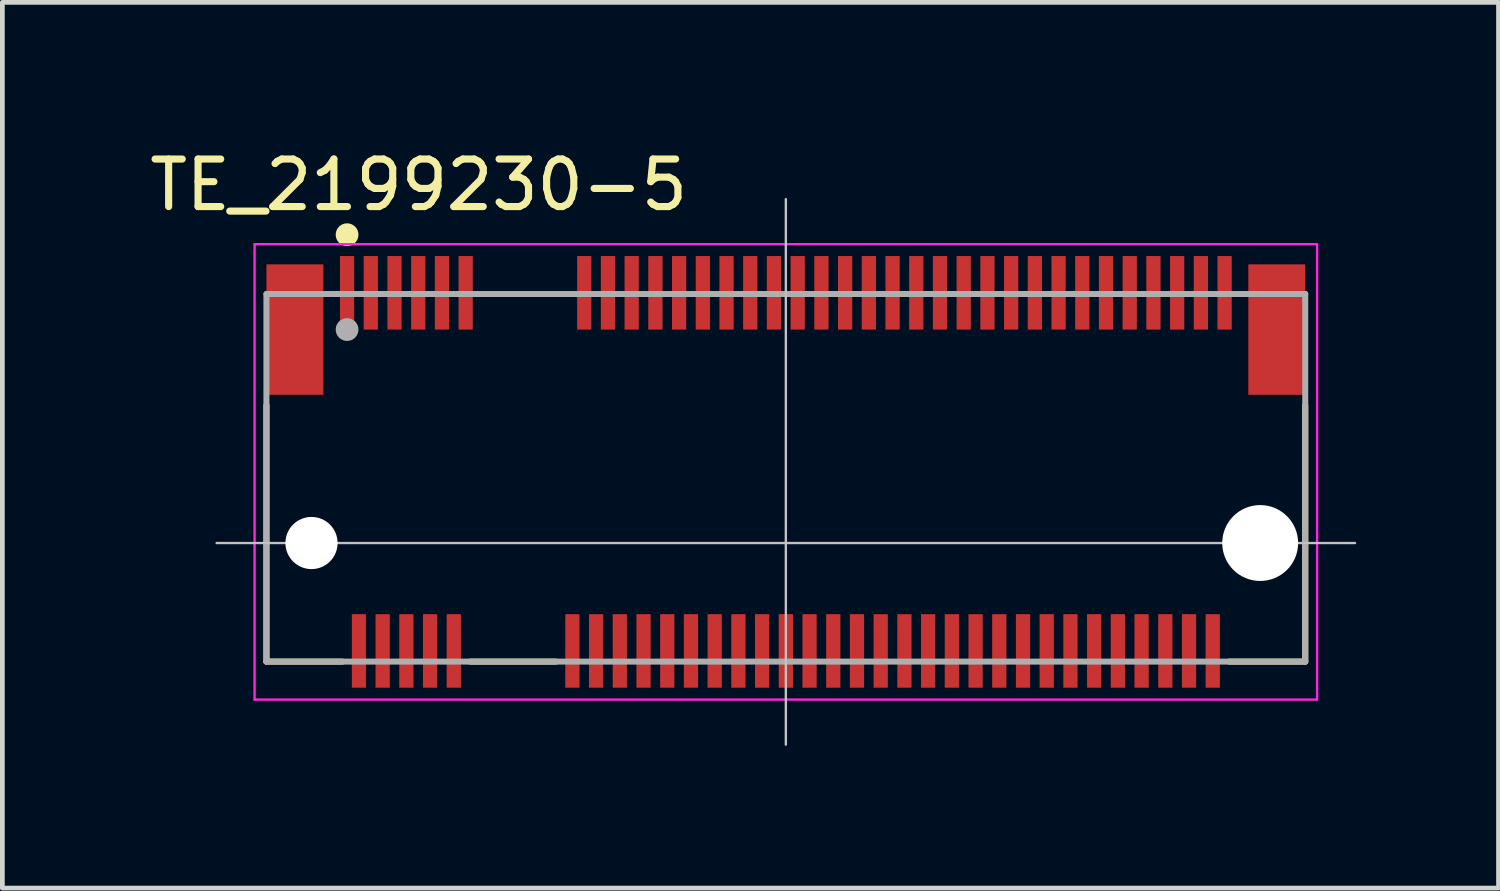
<source format=kicad_pcb>
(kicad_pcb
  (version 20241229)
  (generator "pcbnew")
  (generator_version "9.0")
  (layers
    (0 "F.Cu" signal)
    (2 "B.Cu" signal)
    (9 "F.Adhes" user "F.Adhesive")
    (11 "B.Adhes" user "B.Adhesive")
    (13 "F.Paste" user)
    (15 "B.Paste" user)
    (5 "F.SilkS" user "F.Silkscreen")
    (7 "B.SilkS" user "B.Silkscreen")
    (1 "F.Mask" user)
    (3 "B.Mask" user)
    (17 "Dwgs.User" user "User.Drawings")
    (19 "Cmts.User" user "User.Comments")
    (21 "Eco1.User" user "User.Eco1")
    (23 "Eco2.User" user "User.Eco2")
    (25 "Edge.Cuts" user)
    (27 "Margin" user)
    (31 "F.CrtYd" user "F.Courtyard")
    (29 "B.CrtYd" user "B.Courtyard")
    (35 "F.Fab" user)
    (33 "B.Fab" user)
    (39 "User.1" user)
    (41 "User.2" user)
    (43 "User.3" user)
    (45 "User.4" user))
  (footprint "TE_2199230-5"
    (layer "F.Cu")
    (at 13.517 8.398)
    (property "Reference" "TE_2199230-5" (at -7.739 -7.549 0) (layer "F.SilkS") (effects (font (size 1.002 1.002) (thickness 0.15))))
    (attr through_hole)
    (fp_line (start -10.95 -2.9) (end -10.95 2.5) (stroke (width 0.127) (type solid)) (layer "F.SilkS"))
    (fp_line (start -10.95 2.5) (end -9.35 2.5) (stroke (width 0.127) (type solid)) (layer "F.SilkS"))
    (fp_line (start -6.65 2.5) (end -4.85 2.5) (stroke (width 0.127) (type solid)) (layer "F.SilkS"))
    (fp_line (start -4.6 -5.25) (end -6.4 -5.25) (stroke (width 0.127) (type solid)) (layer "F.SilkS"))
    (fp_line (start 9.35 2.5) (end 10.95 2.5) (stroke (width 0.127) (type solid)) (layer "F.SilkS"))
    (fp_line (start 10.95 2.5) (end 10.95 -2.9) (stroke (width 0.127) (type solid)) (layer "F.SilkS"))
    (fp_circle (center -9.25 -6.5) (end -9.13 -6.5) (stroke (width 0.24) (type solid)) (fill no) (layer "F.SilkS"))
    (fp_line (start -12 0) (end 12 0) (stroke (width 0.05) (type solid)) (layer "Dwgs.User"))
    (fp_line (start 0 -7.25) (end 0 4.25) (stroke (width 0.05) (type solid)) (layer "Dwgs.User"))
    (fp_line (start -11.2 -6.3) (end 11.2 -6.3) (stroke (width 0.05) (type solid)) (layer "F.CrtYd"))
    (fp_line (start -11.2 3.3) (end -11.2 -6.3) (stroke (width 0.05) (type solid)) (layer "F.CrtYd"))
    (fp_line (start 11.2 -6.3) (end 11.2 3.3) (stroke (width 0.05) (type solid)) (layer "F.CrtYd"))
    (fp_line (start 11.2 3.3) (end -11.2 3.3) (stroke (width 0.05) (type solid)) (layer "F.CrtYd"))
    (fp_line (start -10.95 -5.25) (end 10.95 -5.25) (stroke (width 0.127) (type solid)) (layer "F.Fab"))
    (fp_line (start -10.95 2.5) (end -10.95 -5.25) (stroke (width 0.127) (type solid)) (layer "F.Fab"))
    (fp_line (start 10.95 -5.25) (end 10.95 2.5) (stroke (width 0.127) (type solid)) (layer "F.Fab"))
    (fp_line (start 10.95 2.5) (end -10.95 2.5) (stroke (width 0.127) (type solid)) (layer "F.Fab"))
    (fp_circle (center -9.25 -4.5) (end -9.13 -4.5) (stroke (width 0.24) (type solid)) (fill no) (layer "F.Fab"))
    (pad "" np_thru_hole circle (at -10 0) (size 1.1 1.1) (drill 1.1) (layers "*.Cu" "*.Mask"))
    (pad "" np_thru_hole circle (at 10 0) (size 1.6 1.6) (drill 1.6) (layers "*.Cu" "*.Mask"))
    (pad "1" smd rect (at -9.25 -5.275) (size 0.3 1.55) (layers "F.Cu" "F.Mask" "F.Paste"))
    (pad "2" smd rect (at -9 2.275) (size 0.3 1.55) (layers "F.Cu" "F.Mask" "F.Paste"))
    (pad "3" smd rect (at -8.75 -5.275) (size 0.3 1.55) (layers "F.Cu" "F.Mask" "F.Paste"))
    (pad "4" smd rect (at -8.5 2.275) (size 0.3 1.55) (layers "F.Cu" "F.Mask" "F.Paste"))
    (pad "5" smd rect (at -8.25 -5.275) (size 0.3 1.55) (layers "F.Cu" "F.Mask" "F.Paste"))
    (pad "6" smd rect (at -8 2.275) (size 0.3 1.55) (layers "F.Cu" "F.Mask" "F.Paste"))
    (pad "7" smd rect (at -7.75 -5.275) (size 0.3 1.55) (layers "F.Cu" "F.Mask" "F.Paste"))
    (pad "8" smd rect (at -7.5 2.275) (size 0.3 1.55) (layers "F.Cu" "F.Mask" "F.Paste"))
    (pad "9" smd rect (at -7.25 -5.275) (size 0.3 1.55) (layers "F.Cu" "F.Mask" "F.Paste"))
    (pad "10" smd rect (at -7 2.275) (size 0.3 1.55) (layers "F.Cu" "F.Mask" "F.Paste"))
    (pad "11" smd rect (at -6.75 -5.275) (size 0.3 1.55) (layers "F.Cu" "F.Mask" "F.Paste"))
    (pad "20" smd rect (at -4.5 2.275) (size 0.3 1.55) (layers "F.Cu" "F.Mask" "F.Paste"))
    (pad "21" smd rect (at -4.25 -5.275) (size 0.3 1.55) (layers "F.Cu" "F.Mask" "F.Paste"))
    (pad "22" smd rect (at -4 2.275) (size 0.3 1.55) (layers "F.Cu" "F.Mask" "F.Paste"))
    (pad "23" smd rect (at -3.75 -5.275) (size 0.3 1.55) (layers "F.Cu" "F.Mask" "F.Paste"))
    (pad "24" smd rect (at -3.5 2.275) (size 0.3 1.55) (layers "F.Cu" "F.Mask" "F.Paste"))
    (pad "25" smd rect (at -3.25 -5.275) (size 0.3 1.55) (layers "F.Cu" "F.Mask" "F.Paste"))
    (pad "26" smd rect (at -3 2.275) (size 0.3 1.55) (layers "F.Cu" "F.Mask" "F.Paste"))
    (pad "27" smd rect (at -2.75 -5.275) (size 0.3 1.55) (layers "F.Cu" "F.Mask" "F.Paste"))
    (pad "28" smd rect (at -2.5 2.275) (size 0.3 1.55) (layers "F.Cu" "F.Mask" "F.Paste"))
    (pad "29" smd rect (at -2.25 -5.275) (size 0.3 1.55) (layers "F.Cu" "F.Mask" "F.Paste"))
    (pad "30" smd rect (at -2 2.275) (size 0.3 1.55) (layers "F.Cu" "F.Mask" "F.Paste"))
    (pad "31" smd rect (at -1.75 -5.275) (size 0.3 1.55) (layers "F.Cu" "F.Mask" "F.Paste"))
    (pad "32" smd rect (at -1.5 2.275) (size 0.3 1.55) (layers "F.Cu" "F.Mask" "F.Paste"))
    (pad "33" smd rect (at -1.25 -5.275) (size 0.3 1.55) (layers "F.Cu" "F.Mask" "F.Paste"))
    (pad "34" smd rect (at -1 2.275) (size 0.3 1.55) (layers "F.Cu" "F.Mask" "F.Paste"))
    (pad "35" smd rect (at -0.75 -5.275) (size 0.3 1.55) (layers "F.Cu" "F.Mask" "F.Paste"))
    (pad "36" smd rect (at -0.5 2.275) (size 0.3 1.55) (layers "F.Cu" "F.Mask" "F.Paste"))
    (pad "37" smd rect (at -0.25 -5.275) (size 0.3 1.55) (layers "F.Cu" "F.Mask" "F.Paste"))
    (pad "38" smd rect (at 0 2.275) (size 0.3 1.55) (layers "F.Cu" "F.Mask" "F.Paste"))
    (pad "39" smd rect (at 0.25 -5.275) (size 0.3 1.55) (layers "F.Cu" "F.Mask" "F.Paste"))
    (pad "40" smd rect (at 0.5 2.275) (size 0.3 1.55) (layers "F.Cu" "F.Mask" "F.Paste"))
    (pad "41" smd rect (at 0.75 -5.275) (size 0.3 1.55) (layers "F.Cu" "F.Mask" "F.Paste"))
    (pad "42" smd rect (at 1 2.275) (size 0.3 1.55) (layers "F.Cu" "F.Mask" "F.Paste"))
    (pad "43" smd rect (at 1.25 -5.275) (size 0.3 1.55) (layers "F.Cu" "F.Mask" "F.Paste"))
    (pad "44" smd rect (at 1.5 2.275) (size 0.3 1.55) (layers "F.Cu" "F.Mask" "F.Paste"))
    (pad "45" smd rect (at 1.75 -5.275) (size 0.3 1.55) (layers "F.Cu" "F.Mask" "F.Paste"))
    (pad "46" smd rect (at 2 2.275) (size 0.3 1.55) (layers "F.Cu" "F.Mask" "F.Paste"))
    (pad "47" smd rect (at 2.25 -5.275) (size 0.3 1.55) (layers "F.Cu" "F.Mask" "F.Paste"))
    (pad "48" smd rect (at 2.5 2.275) (size 0.3 1.55) (layers "F.Cu" "F.Mask" "F.Paste"))
    (pad "49" smd rect (at 2.75 -5.275) (size 0.3 1.55) (layers "F.Cu" "F.Mask" "F.Paste"))
    (pad "50" smd rect (at 3 2.275) (size 0.3 1.55) (layers "F.Cu" "F.Mask" "F.Paste"))
    (pad "51" smd rect (at 3.25 -5.275) (size 0.3 1.55) (layers "F.Cu" "F.Mask" "F.Paste"))
    (pad "52" smd rect (at 3.5 2.275) (size 0.3 1.55) (layers "F.Cu" "F.Mask" "F.Paste"))
    (pad "53" smd rect (at 3.75 -5.275) (size 0.3 1.55) (layers "F.Cu" "F.Mask" "F.Paste"))
    (pad "54" smd rect (at 4 2.275) (size 0.3 1.55) (layers "F.Cu" "F.Mask" "F.Paste"))
    (pad "55" smd rect (at 4.25 -5.275) (size 0.3 1.55) (layers "F.Cu" "F.Mask" "F.Paste"))
    (pad "56" smd rect (at 4.5 2.275) (size 0.3 1.55) (layers "F.Cu" "F.Mask" "F.Paste"))
    (pad "57" smd rect (at 4.75 -5.275) (size 0.3 1.55) (layers "F.Cu" "F.Mask" "F.Paste"))
    (pad "58" smd rect (at 5 2.275) (size 0.3 1.55) (layers "F.Cu" "F.Mask" "F.Paste"))
    (pad "59" smd rect (at 5.25 -5.275) (size 0.3 1.55) (layers "F.Cu" "F.Mask" "F.Paste"))
    (pad "60" smd rect (at 5.5 2.275) (size 0.3 1.55) (layers "F.Cu" "F.Mask" "F.Paste"))
    (pad "61" smd rect (at 5.75 -5.275) (size 0.3 1.55) (layers "F.Cu" "F.Mask" "F.Paste"))
    (pad "62" smd rect (at 6 2.275) (size 0.3 1.55) (layers "F.Cu" "F.Mask" "F.Paste"))
    (pad "63" smd rect (at 6.25 -5.275) (size 0.3 1.55) (layers "F.Cu" "F.Mask" "F.Paste"))
    (pad "64" smd rect (at 6.5 2.275) (size 0.3 1.55) (layers "F.Cu" "F.Mask" "F.Paste"))
    (pad "65" smd rect (at 6.75 -5.275) (size 0.3 1.55) (layers "F.Cu" "F.Mask" "F.Paste"))
    (pad "66" smd rect (at 7 2.275) (size 0.3 1.55) (layers "F.Cu" "F.Mask" "F.Paste"))
    (pad "67" smd rect (at 7.25 -5.275) (size 0.3 1.55) (layers "F.Cu" "F.Mask" "F.Paste"))
    (pad "68" smd rect (at 7.5 2.275) (size 0.3 1.55) (layers "F.Cu" "F.Mask" "F.Paste"))
    (pad "69" smd rect (at 7.75 -5.275) (size 0.3 1.55) (layers "F.Cu" "F.Mask" "F.Paste"))
    (pad "70" smd rect (at 8 2.275) (size 0.3 1.55) (layers "F.Cu" "F.Mask" "F.Paste"))
    (pad "71" smd rect (at 8.25 -5.275) (size 0.3 1.55) (layers "F.Cu" "F.Mask" "F.Paste"))
    (pad "72" smd rect (at 8.5 2.275) (size 0.3 1.55) (layers "F.Cu" "F.Mask" "F.Paste"))
    (pad "73" smd rect (at 8.75 -5.275) (size 0.3 1.55) (layers "F.Cu" "F.Mask" "F.Paste"))
    (pad "74" smd rect (at 9 2.275) (size 0.3 1.55) (layers "F.Cu" "F.Mask" "F.Paste"))
    (pad "75" smd rect (at 9.25 -5.275) (size 0.3 1.55) (layers "F.Cu" "F.Mask" "F.Paste"))
    (pad "SH1" smd rect (at -10.35 -4.5) (size 1.2 2.75) (layers "F.Cu" "F.Mask" "F.Paste"))
    (pad "SH2" smd rect (at 10.35 -4.5) (size 1.2 2.75) (layers "F.Cu" "F.Mask" "F.Paste")))
  (gr_rect
    (start -3 -3)
    (end 28.542 15.673)
    (stroke (width 0.1) (type default))
    (fill no)
    (layer "Edge.Cuts")))
</source>
